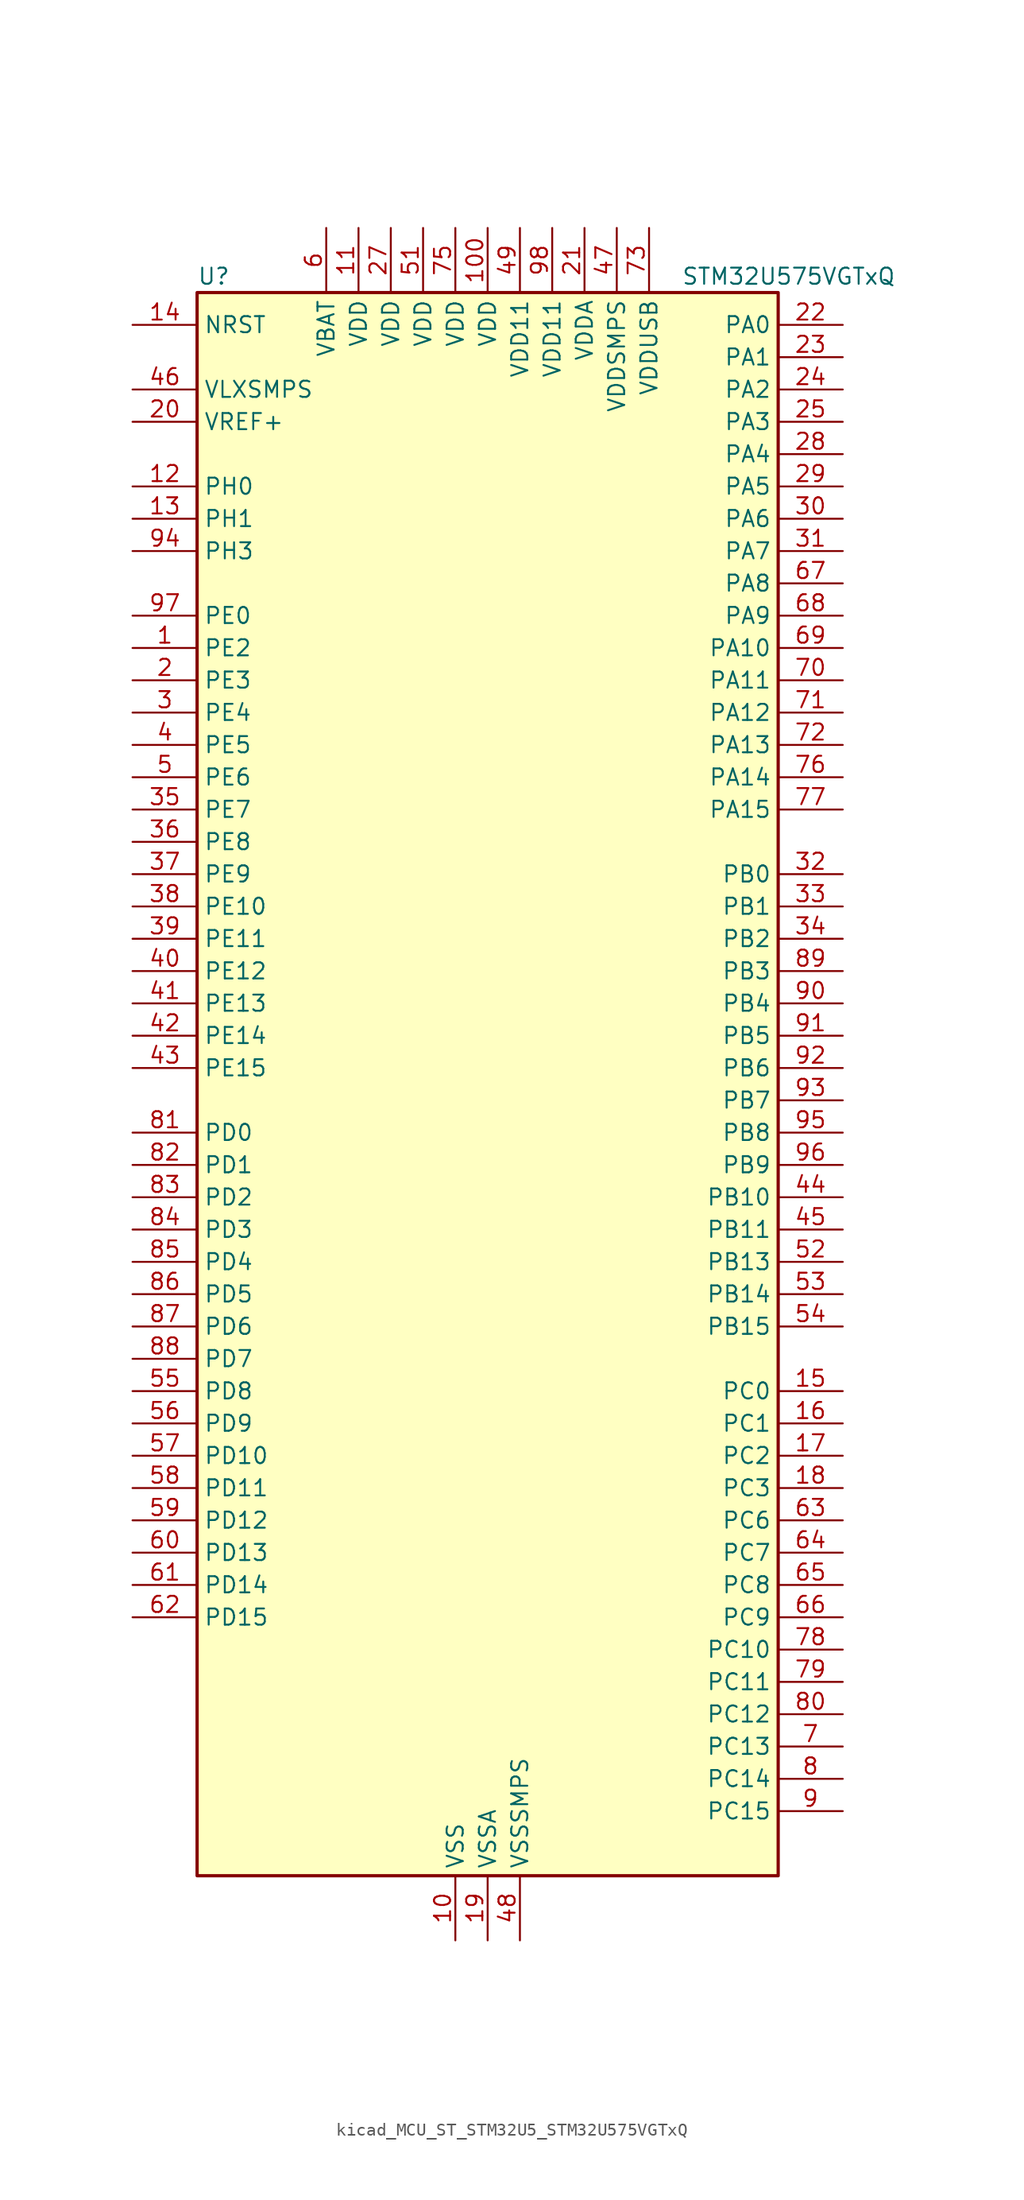
<source format=kicad_sym>
(kicad_symbol_lib
  (version 20220914)
  (generator kicad_symbol_editor)
  (symbol "kicad_MCU_ST_STM32U5_STM32U575VGTxQ"
    (property "Reference" "U"
      (at -22.86 64.77 0)
      (effects (font (size 1.27 1.27)) (justify left)))
    (property "Value" "STM32U575VGTxQ"
      (at 15.24 64.77 0)
      (effects (font (size 1.27 1.27)) (justify left)))
    (property "ki_locked" ""
      (at 0 0 0)
      (effects (font (size 1.27 1.27))))
    (symbol "kicad_MCU_ST_STM32U5_STM32U575VGTxQ_0_1"
      (rectangle (start -22.86 -60.96) (end 22.86 63.5) (stroke (width 0.254) (type default)) (fill (type background))))
    (symbol "kicad_MCU_ST_STM32U5_STM32U575VGTxQ_1_1"
      (pin bidirectional line (at -27.94 35.56 0) (length 5.08) (name "PE2" (effects (font (size 1.27 1.27)))) (number "1" (effects (font (size 1.27 1.27)))) (alternate "DEBUG_TRACECLK" bidirectional line) (alternate "FMC_A23" bidirectional line) (alternate "SAI1_CK1" bidirectional line) (alternate "SAI1_MCLK_A" bidirectional line) (alternate "TIM3_ETR" bidirectional line) (alternate "TSC_G7_IO1" bidirectional line))
      (pin power_in line (at -2.54 -66.04 90) (length 5.08) (name "VSS" (effects (font (size 1.27 1.27)))) (number "10" (effects (font (size 1.27 1.27)))))
      (pin power_in line (at 0 68.58 270) (length 5.08) (name "VDD" (effects (font (size 1.27 1.27)))) (number "100" (effects (font (size 1.27 1.27)))))
      (pin power_in line (at -10.16 68.58 270) (length 5.08) (name "VDD" (effects (font (size 1.27 1.27)))) (number "11" (effects (font (size 1.27 1.27)))))
      (pin bidirectional line (at -27.94 48.26 0) (length 5.08) (name "PH0" (effects (font (size 1.27 1.27)))) (number "12" (effects (font (size 1.27 1.27)))) (alternate "RCC_OSC_IN" bidirectional line))
      (pin bidirectional line (at -27.94 45.72 0) (length 5.08) (name "PH1" (effects (font (size 1.27 1.27)))) (number "13" (effects (font (size 1.27 1.27)))) (alternate "RCC_OSC_OUT" bidirectional line))
      (pin input line (at -27.94 60.96 0) (length 5.08) (name "NRST" (effects (font (size 1.27 1.27)))) (number "14" (effects (font (size 1.27 1.27)))))
      (pin bidirectional line (at 27.94 -22.86 180) (length 5.08) (name "PC0" (effects (font (size 1.27 1.27)))) (number "15" (effects (font (size 1.27 1.27)))) (alternate "ADC1_IN1" bidirectional line) (alternate "ADC4_IN1" bidirectional line) (alternate "I2C3_SCL" bidirectional line) (alternate "LPTIM1_IN1" bidirectional line) (alternate "LPTIM2_IN1" bidirectional line) (alternate "LPUART1_RX" bidirectional line) (alternate "MDF1_SDI4" bidirectional line) (alternate "OCTOSPIM_P1_IO7" bidirectional line) (alternate "SAI2_FS_A" bidirectional line) (alternate "SDMMC1_D5" bidirectional line) (alternate "SPI2_RDY" bidirectional line))
      (pin bidirectional line (at 27.94 -25.4 180) (length 5.08) (name "PC1" (effects (font (size 1.27 1.27)))) (number "16" (effects (font (size 1.27 1.27)))) (alternate "ADC1_IN2" bidirectional line) (alternate "ADC4_IN2" bidirectional line) (alternate "DEBUG_TRACED0" bidirectional line) (alternate "I2C3_SDA" bidirectional line) (alternate "LPTIM1_CH1" bidirectional line) (alternate "LPUART1_TX" bidirectional line) (alternate "MDF1_CKI4" bidirectional line) (alternate "OCTOSPIM_P1_IO4" bidirectional line) (alternate "SAI1_SD_A" bidirectional line) (alternate "SDMMC2_CK" bidirectional line) (alternate "SPI2_MOSI" bidirectional line))
      (pin bidirectional line (at 27.94 -27.94 180) (length 5.08) (name "PC2" (effects (font (size 1.27 1.27)))) (number "17" (effects (font (size 1.27 1.27)))) (alternate "ADC1_IN3" bidirectional line) (alternate "ADC4_IN3" bidirectional line) (alternate "LPTIM1_IN2" bidirectional line) (alternate "MDF1_CCK1" bidirectional line) (alternate "OCTOSPIM_P1_IO5" bidirectional line) (alternate "SPI2_MISO" bidirectional line))
      (pin bidirectional line (at 27.94 -30.48 180) (length 5.08) (name "PC3" (effects (font (size 1.27 1.27)))) (number "18" (effects (font (size 1.27 1.27)))) (alternate "ADC1_IN4" bidirectional line) (alternate "ADC4_IN4" bidirectional line) (alternate "LPTIM1_ETR" bidirectional line) (alternate "LPTIM2_ETR" bidirectional line) (alternate "LPTIM3_CH1" bidirectional line) (alternate "OCTOSPIM_P1_IO6" bidirectional line) (alternate "SAI1_D1" bidirectional line) (alternate "SAI1_SD_A" bidirectional line) (alternate "SPI2_MOSI" bidirectional line))
      (pin power_in line (at 0 -66.04 90) (length 5.08) (name "VSSA" (effects (font (size 1.27 1.27)))) (number "19" (effects (font (size 1.27 1.27)))))
      (pin bidirectional line (at -27.94 33.02 0) (length 5.08) (name "PE3" (effects (font (size 1.27 1.27)))) (number "2" (effects (font (size 1.27 1.27)))) (alternate "DEBUG_TRACED0" bidirectional line) (alternate "FMC_A19" bidirectional line) (alternate "OCTOSPIM_P1_DQS" bidirectional line) (alternate "SAI1_SD_B" bidirectional line) (alternate "TAMP_IN6" bidirectional line) (alternate "TAMP_OUT3" bidirectional line) (alternate "TIM3_CH1" bidirectional line) (alternate "TSC_G7_IO2" bidirectional line))
      (pin input line (at -27.94 53.34 0) (length 5.08) (name "VREF+" (effects (font (size 1.27 1.27)))) (number "20" (effects (font (size 1.27 1.27)))) (alternate "VREFBUF_OUT" bidirectional line))
      (pin power_in line (at 7.62 68.58 270) (length 5.08) (name "VDDA" (effects (font (size 1.27 1.27)))) (number "21" (effects (font (size 1.27 1.27)))))
      (pin bidirectional line (at 27.94 60.96 180) (length 5.08) (name "PA0" (effects (font (size 1.27 1.27)))) (number "22" (effects (font (size 1.27 1.27)))) (alternate "ADC1_IN5" bidirectional line) (alternate "AUDIOCLK" bidirectional line) (alternate "OCTOSPIM_P2_NCS" bidirectional line) (alternate "OPAMP1_VINP" bidirectional line) (alternate "PWR_WKUP1" bidirectional line) (alternate "SDMMC2_CMD" bidirectional line) (alternate "SPI3_RDY" bidirectional line) (alternate "TAMP_IN2" bidirectional line) (alternate "TAMP_OUT1" bidirectional line) (alternate "TIM2_CH1" bidirectional line) (alternate "TIM2_ETR" bidirectional line) (alternate "TIM5_CH1" bidirectional line) (alternate "TIM8_ETR" bidirectional line) (alternate "UART4_TX" bidirectional line) (alternate "USART2_CTS" bidirectional line))
      (pin bidirectional line (at 27.94 58.42 180) (length 5.08) (name "PA1" (effects (font (size 1.27 1.27)))) (number "23" (effects (font (size 1.27 1.27)))) (alternate "ADC1_IN6" bidirectional line) (alternate "I2C1_SMBA" bidirectional line) (alternate "LPTIM1_CH2" bidirectional line) (alternate "OCTOSPIM_P1_DQS" bidirectional line) (alternate "OPAMP1_VINM" bidirectional line) (alternate "PWR_WKUP3" bidirectional line) (alternate "SPI1_SCK" bidirectional line) (alternate "TAMP_IN5" bidirectional line) (alternate "TAMP_OUT4" bidirectional line) (alternate "TIM15_CH1N" bidirectional line) (alternate "TIM2_CH2" bidirectional line) (alternate "TIM5_CH2" bidirectional line) (alternate "UART4_RX" bidirectional line) (alternate "USART2_DE" bidirectional line) (alternate "USART2_RTS" bidirectional line))
      (pin bidirectional line (at 27.94 55.88 180) (length 5.08) (name "PA2" (effects (font (size 1.27 1.27)))) (number "24" (effects (font (size 1.27 1.27)))) (alternate "ADC1_IN7" bidirectional line) (alternate "COMP1_INP" bidirectional line) (alternate "LPUART1_TX" bidirectional line) (alternate "OCTOSPIM_P1_NCS" bidirectional line) (alternate "PWR_WKUP4" bidirectional line) (alternate "RCC_LSCO" bidirectional line) (alternate "SPI1_RDY" bidirectional line) (alternate "TIM15_CH1" bidirectional line) (alternate "TIM2_CH3" bidirectional line) (alternate "TIM5_CH3" bidirectional line) (alternate "UCPD1_FRSTX1" bidirectional line) (alternate "USART2_TX" bidirectional line))
      (pin bidirectional line (at 27.94 53.34 180) (length 5.08) (name "PA3" (effects (font (size 1.27 1.27)))) (number "25" (effects (font (size 1.27 1.27)))) (alternate "ADC1_IN8" bidirectional line) (alternate "LPUART1_RX" bidirectional line) (alternate "OCTOSPIM_P1_CLK" bidirectional line) (alternate "OPAMP1_VOUT" bidirectional line) (alternate "PWR_WKUP5" bidirectional line) (alternate "SAI1_CK1" bidirectional line) (alternate "SAI1_MCLK_A" bidirectional line) (alternate "TIM15_CH2" bidirectional line) (alternate "TIM2_CH4" bidirectional line) (alternate "TIM5_CH4" bidirectional line) (alternate "USART2_RX" bidirectional line))
      (pin passive line (at -2.54 -66.04 90) (length 5.08) hide (name "VSS" (effects (font (size 1.27 1.27)))) (number "26" (effects (font (size 1.27 1.27)))))
      (pin power_in line (at -7.62 68.58 270) (length 5.08) (name "VDD" (effects (font (size 1.27 1.27)))) (number "27" (effects (font (size 1.27 1.27)))))
      (pin bidirectional line (at 27.94 50.8 180) (length 5.08) (name "PA4" (effects (font (size 1.27 1.27)))) (number "28" (effects (font (size 1.27 1.27)))) (alternate "ADC1_IN9" bidirectional line) (alternate "ADC4_IN9" bidirectional line) (alternate "DAC1_OUT1" bidirectional line) (alternate "DCMI_HSYNC" bidirectional line) (alternate "LPTIM2_CH1" bidirectional line) (alternate "OCTOSPIM_P1_NCS" bidirectional line) (alternate "PSSI_DE" bidirectional line) (alternate "PWR_WKUP2" bidirectional line) (alternate "SAI1_FS_B" bidirectional line) (alternate "SPI1_NSS" bidirectional line) (alternate "SPI3_NSS" bidirectional line) (alternate "USART2_CK" bidirectional line))
      (pin bidirectional line (at 27.94 48.26 180) (length 5.08) (name "PA5" (effects (font (size 1.27 1.27)))) (number "29" (effects (font (size 1.27 1.27)))) (alternate "ADC1_IN10" bidirectional line) (alternate "ADC4_IN10" bidirectional line) (alternate "DAC1_OUT2" bidirectional line) (alternate "LPTIM2_ETR" bidirectional line) (alternate "PSSI_D14" bidirectional line) (alternate "PWR_CSLEEP" bidirectional line) (alternate "PWR_WKUP6" bidirectional line) (alternate "SPI1_SCK" bidirectional line) (alternate "TIM2_CH1" bidirectional line) (alternate "TIM2_ETR" bidirectional line) (alternate "TIM8_CH1N" bidirectional line) (alternate "USART3_RX" bidirectional line))
      (pin bidirectional line (at -27.94 30.48 0) (length 5.08) (name "PE4" (effects (font (size 1.27 1.27)))) (number "3" (effects (font (size 1.27 1.27)))) (alternate "DCMI_D4" bidirectional line) (alternate "DEBUG_TRACED1" bidirectional line) (alternate "FMC_A20" bidirectional line) (alternate "MDF1_SDI3" bidirectional line) (alternate "PSSI_D4" bidirectional line) (alternate "PWR_WKUP1" bidirectional line) (alternate "SAI1_D2" bidirectional line) (alternate "SAI1_FS_A" bidirectional line) (alternate "TAMP_IN7" bidirectional line) (alternate "TAMP_OUT8" bidirectional line) (alternate "TIM3_CH2" bidirectional line) (alternate "TSC_G7_IO3" bidirectional line))
      (pin bidirectional line (at 27.94 45.72 180) (length 5.08) (name "PA6" (effects (font (size 1.27 1.27)))) (number "30" (effects (font (size 1.27 1.27)))) (alternate "ADC1_IN11" bidirectional line) (alternate "ADC4_IN11" bidirectional line) (alternate "DCMI_PIXCLK" bidirectional line) (alternate "LPUART1_CTS" bidirectional line) (alternate "OCTOSPIM_P1_IO3" bidirectional line) (alternate "OPAMP2_VINP" bidirectional line) (alternate "PSSI_PDCK" bidirectional line) (alternate "PWR_CDSTOP" bidirectional line) (alternate "PWR_WKUP7" bidirectional line) (alternate "SPI1_MISO" bidirectional line) (alternate "TIM16_CH1" bidirectional line) (alternate "TIM1_BKIN" bidirectional line) (alternate "TIM3_CH1" bidirectional line) (alternate "TIM8_BKIN" bidirectional line) (alternate "USART3_CTS" bidirectional line))
      (pin bidirectional line (at 27.94 43.18 180) (length 5.08) (name "PA7" (effects (font (size 1.27 1.27)))) (number "31" (effects (font (size 1.27 1.27)))) (alternate "ADC1_IN12" bidirectional line) (alternate "ADC4_IN20" bidirectional line) (alternate "I2C3_SCL" bidirectional line) (alternate "LPTIM2_CH2" bidirectional line) (alternate "OCTOSPIM_P1_IO2" bidirectional line) (alternate "OPAMP2_VINM" bidirectional line) (alternate "PWR_SRDSTOP" bidirectional line) (alternate "PWR_WKUP8" bidirectional line) (alternate "SPI1_MOSI" bidirectional line) (alternate "TIM17_CH1" bidirectional line) (alternate "TIM1_CH1N" bidirectional line) (alternate "TIM3_CH2" bidirectional line) (alternate "TIM8_CH1N" bidirectional line) (alternate "USART3_TX" bidirectional line))
      (pin bidirectional line (at 27.94 17.78 180) (length 5.08) (name "PB0" (effects (font (size 1.27 1.27)))) (number "32" (effects (font (size 1.27 1.27)))) (alternate "ADC1_IN15" bidirectional line) (alternate "ADC4_IN18" bidirectional line) (alternate "AUDIOCLK" bidirectional line) (alternate "COMP1_OUT" bidirectional line) (alternate "LPTIM3_CH1" bidirectional line) (alternate "OCTOSPIM_P1_IO1" bidirectional line) (alternate "OPAMP2_VOUT" bidirectional line) (alternate "SPI1_NSS" bidirectional line) (alternate "TIM1_CH2N" bidirectional line) (alternate "TIM3_CH3" bidirectional line) (alternate "TIM8_CH2N" bidirectional line) (alternate "USART3_CK" bidirectional line))
      (pin bidirectional line (at 27.94 15.24 180) (length 5.08) (name "PB1" (effects (font (size 1.27 1.27)))) (number "33" (effects (font (size 1.27 1.27)))) (alternate "ADC1_IN16" bidirectional line) (alternate "ADC4_IN19" bidirectional line) (alternate "COMP1_INM" bidirectional line) (alternate "LPTIM2_IN1" bidirectional line) (alternate "LPTIM3_CH2" bidirectional line) (alternate "LPUART1_DE" bidirectional line) (alternate "LPUART1_RTS" bidirectional line) (alternate "MDF1_SDI0" bidirectional line) (alternate "OCTOSPIM_P1_IO0" bidirectional line) (alternate "PWR_WKUP4" bidirectional line) (alternate "TIM1_CH3N" bidirectional line) (alternate "TIM3_CH4" bidirectional line) (alternate "TIM8_CH3N" bidirectional line) (alternate "USART3_DE" bidirectional line) (alternate "USART3_RTS" bidirectional line))
      (pin bidirectional line (at 27.94 12.7 180) (length 5.08) (name "PB2" (effects (font (size 1.27 1.27)))) (number "34" (effects (font (size 1.27 1.27)))) (alternate "ADC1_IN17" bidirectional line) (alternate "COMP1_INP" bidirectional line) (alternate "I2C3_SMBA" bidirectional line) (alternate "LPTIM1_CH1" bidirectional line) (alternate "MDF1_CKI0" bidirectional line) (alternate "OCTOSPIM_P1_DQS" bidirectional line) (alternate "PWR_WKUP1" bidirectional line) (alternate "RTC_OUT2" bidirectional line) (alternate "SPI1_RDY" bidirectional line) (alternate "TIM8_CH4N" bidirectional line) (alternate "UCPD1_FRSTX1" bidirectional line))
      (pin bidirectional line (at -27.94 22.86 0) (length 5.08) (name "PE7" (effects (font (size 1.27 1.27)))) (number "35" (effects (font (size 1.27 1.27)))) (alternate "FMC_D4" bidirectional line) (alternate "FMC_DA4" bidirectional line) (alternate "MDF1_SDI2" bidirectional line) (alternate "PWR_WKUP6" bidirectional line) (alternate "SAI1_SD_B" bidirectional line) (alternate "TIM1_ETR" bidirectional line))
      (pin bidirectional line (at -27.94 20.32 0) (length 5.08) (name "PE8" (effects (font (size 1.27 1.27)))) (number "36" (effects (font (size 1.27 1.27)))) (alternate "FMC_D5" bidirectional line) (alternate "FMC_DA5" bidirectional line) (alternate "MDF1_CKI2" bidirectional line) (alternate "PWR_WKUP7" bidirectional line) (alternate "SAI1_SCK_B" bidirectional line) (alternate "TIM1_CH1N" bidirectional line))
      (pin bidirectional line (at -27.94 17.78 0) (length 5.08) (name "PE9" (effects (font (size 1.27 1.27)))) (number "37" (effects (font (size 1.27 1.27)))) (alternate "ADF1_CCK0" bidirectional line) (alternate "DAC1_EXTI9" bidirectional line) (alternate "FMC_D6" bidirectional line) (alternate "FMC_DA6" bidirectional line) (alternate "MDF1_CCK0" bidirectional line) (alternate "OCTOSPIM_P1_NCLK" bidirectional line) (alternate "SAI1_FS_B" bidirectional line) (alternate "TIM1_CH1" bidirectional line))
      (pin bidirectional line (at -27.94 15.24 0) (length 5.08) (name "PE10" (effects (font (size 1.27 1.27)))) (number "38" (effects (font (size 1.27 1.27)))) (alternate "ADF1_SDI0" bidirectional line) (alternate "FMC_D7" bidirectional line) (alternate "FMC_DA7" bidirectional line) (alternate "MDF1_SDI4" bidirectional line) (alternate "OCTOSPIM_P1_CLK" bidirectional line) (alternate "SAI1_MCLK_B" bidirectional line) (alternate "TIM1_CH2N" bidirectional line) (alternate "TSC_G5_IO1" bidirectional line))
      (pin bidirectional line (at -27.94 12.7 0) (length 5.08) (name "PE11" (effects (font (size 1.27 1.27)))) (number "39" (effects (font (size 1.27 1.27)))) (alternate "ADC1_EXTI11" bidirectional line) (alternate "FMC_D8" bidirectional line) (alternate "FMC_DA8" bidirectional line) (alternate "MDF1_CKI4" bidirectional line) (alternate "OCTOSPIM_P1_NCS" bidirectional line) (alternate "SPI1_RDY" bidirectional line) (alternate "TIM1_CH2" bidirectional line) (alternate "TSC_G5_IO2" bidirectional line))
      (pin bidirectional line (at -27.94 27.94 0) (length 5.08) (name "PE5" (effects (font (size 1.27 1.27)))) (number "4" (effects (font (size 1.27 1.27)))) (alternate "DCMI_D6" bidirectional line) (alternate "DEBUG_TRACED2" bidirectional line) (alternate "FMC_A21" bidirectional line) (alternate "MDF1_CKI3" bidirectional line) (alternate "PSSI_D6" bidirectional line) (alternate "PWR_WKUP2" bidirectional line) (alternate "SAI1_CK2" bidirectional line) (alternate "SAI1_SCK_A" bidirectional line) (alternate "TAMP_IN8" bidirectional line) (alternate "TAMP_OUT7" bidirectional line) (alternate "TIM3_CH3" bidirectional line) (alternate "TSC_G7_IO4" bidirectional line))
      (pin bidirectional line (at -27.94 10.16 0) (length 5.08) (name "PE12" (effects (font (size 1.27 1.27)))) (number "40" (effects (font (size 1.27 1.27)))) (alternate "FMC_D9" bidirectional line) (alternate "FMC_DA9" bidirectional line) (alternate "MDF1_SDI5" bidirectional line) (alternate "OCTOSPIM_P1_IO0" bidirectional line) (alternate "SPI1_NSS" bidirectional line) (alternate "TIM1_CH3N" bidirectional line) (alternate "TSC_G5_IO3" bidirectional line))
      (pin bidirectional line (at -27.94 7.62 0) (length 5.08) (name "PE13" (effects (font (size 1.27 1.27)))) (number "41" (effects (font (size 1.27 1.27)))) (alternate "FMC_D10" bidirectional line) (alternate "FMC_DA10" bidirectional line) (alternate "MDF1_CKI5" bidirectional line) (alternate "OCTOSPIM_P1_IO1" bidirectional line) (alternate "SPI1_SCK" bidirectional line) (alternate "TIM1_CH3" bidirectional line) (alternate "TSC_G5_IO4" bidirectional line))
      (pin bidirectional line (at -27.94 5.08 0) (length 5.08) (name "PE14" (effects (font (size 1.27 1.27)))) (number "42" (effects (font (size 1.27 1.27)))) (alternate "FMC_D11" bidirectional line) (alternate "FMC_DA11" bidirectional line) (alternate "OCTOSPIM_P1_IO2" bidirectional line) (alternate "SPI1_MISO" bidirectional line) (alternate "TIM1_BKIN2" bidirectional line) (alternate "TIM1_CH4" bidirectional line))
      (pin bidirectional line (at -27.94 2.54 0) (length 5.08) (name "PE15" (effects (font (size 1.27 1.27)))) (number "43" (effects (font (size 1.27 1.27)))) (alternate "ADC1_EXTI15" bidirectional line) (alternate "ADC4_EXTI15" bidirectional line) (alternate "FMC_D12" bidirectional line) (alternate "FMC_DA12" bidirectional line) (alternate "OCTOSPIM_P1_IO3" bidirectional line) (alternate "SPI1_MOSI" bidirectional line) (alternate "TIM1_BKIN" bidirectional line) (alternate "TIM1_CH4N" bidirectional line))
      (pin bidirectional line (at 27.94 -7.62 180) (length 5.08) (name "PB10" (effects (font (size 1.27 1.27)))) (number "44" (effects (font (size 1.27 1.27)))) (alternate "COMP1_OUT" bidirectional line) (alternate "I2C2_SCL" bidirectional line) (alternate "I2C4_SCL" bidirectional line) (alternate "LPTIM3_CH1" bidirectional line) (alternate "LPUART1_RX" bidirectional line) (alternate "OCTOSPIM_P1_CLK" bidirectional line) (alternate "PWR_WKUP8" bidirectional line) (alternate "SAI1_SCK_A" bidirectional line) (alternate "SPI2_SCK" bidirectional line) (alternate "TIM2_CH3" bidirectional line) (alternate "TSC_SYNC" bidirectional line) (alternate "USART3_TX" bidirectional line))
      (pin bidirectional line (at 27.94 -10.16 180) (length 5.08) (name "PB11" (effects (font (size 1.27 1.27)))) (number "45" (effects (font (size 1.27 1.27)))) (alternate "ADC1_EXTI11" bidirectional line) (alternate "COMP2_OUT" bidirectional line) (alternate "I2C2_SDA" bidirectional line) (alternate "I2C4_SDA" bidirectional line) (alternate "LPUART1_TX" bidirectional line) (alternate "OCTOSPIM_P1_NCS" bidirectional line) (alternate "SPI2_RDY" bidirectional line) (alternate "TIM2_CH4" bidirectional line) (alternate "USART3_RX" bidirectional line))
      (pin power_in line (at -27.94 55.88 0) (length 5.08) (name "VLXSMPS" (effects (font (size 1.27 1.27)))) (number "46" (effects (font (size 1.27 1.27)))))
      (pin power_in line (at 10.16 68.58 270) (length 5.08) (name "VDDSMPS" (effects (font (size 1.27 1.27)))) (number "47" (effects (font (size 1.27 1.27)))))
      (pin power_in line (at 2.54 -66.04 90) (length 5.08) (name "VSSSMPS" (effects (font (size 1.27 1.27)))) (number "48" (effects (font (size 1.27 1.27)))))
      (pin power_in line (at 2.54 68.58 270) (length 5.08) (name "VDD11" (effects (font (size 1.27 1.27)))) (number "49" (effects (font (size 1.27 1.27)))))
      (pin bidirectional line (at -27.94 25.4 0) (length 5.08) (name "PE6" (effects (font (size 1.27 1.27)))) (number "5" (effects (font (size 1.27 1.27)))) (alternate "DCMI_D7" bidirectional line) (alternate "DEBUG_TRACED3" bidirectional line) (alternate "FMC_A22" bidirectional line) (alternate "PSSI_D7" bidirectional line) (alternate "PWR_WKUP3" bidirectional line) (alternate "SAI1_D1" bidirectional line) (alternate "SAI1_SD_A" bidirectional line) (alternate "TAMP_IN3" bidirectional line) (alternate "TAMP_OUT6" bidirectional line) (alternate "TIM3_CH4" bidirectional line))
      (pin passive line (at -2.54 -66.04 90) (length 5.08) hide (name "VSS" (effects (font (size 1.27 1.27)))) (number "50" (effects (font (size 1.27 1.27)))))
      (pin power_in line (at -5.08 68.58 270) (length 5.08) (name "VDD" (effects (font (size 1.27 1.27)))) (number "51" (effects (font (size 1.27 1.27)))))
      (pin bidirectional line (at 27.94 -12.7 180) (length 5.08) (name "PB13" (effects (font (size 1.27 1.27)))) (number "52" (effects (font (size 1.27 1.27)))) (alternate "I2C2_SCL" bidirectional line) (alternate "LPTIM3_IN1" bidirectional line) (alternate "LPUART1_CTS" bidirectional line) (alternate "MDF1_CKI1" bidirectional line) (alternate "SAI2_SCK_A" bidirectional line) (alternate "SPI2_SCK" bidirectional line) (alternate "TIM15_CH1N" bidirectional line) (alternate "TIM1_CH1N" bidirectional line) (alternate "TSC_G1_IO2" bidirectional line) (alternate "USART3_CTS" bidirectional line))
      (pin bidirectional line (at 27.94 -15.24 180) (length 5.08) (name "PB14" (effects (font (size 1.27 1.27)))) (number "53" (effects (font (size 1.27 1.27)))) (alternate "I2C2_SDA" bidirectional line) (alternate "LPTIM3_ETR" bidirectional line) (alternate "MDF1_SDI2" bidirectional line) (alternate "SAI2_MCLK_A" bidirectional line) (alternate "SDMMC2_D0" bidirectional line) (alternate "SPI2_MISO" bidirectional line) (alternate "TIM15_CH1" bidirectional line) (alternate "TIM1_CH2N" bidirectional line) (alternate "TIM8_CH2N" bidirectional line) (alternate "TSC_G1_IO3" bidirectional line) (alternate "UCPD1_DBCC2" bidirectional line) (alternate "USART3_DE" bidirectional line) (alternate "USART3_RTS" bidirectional line))
      (pin bidirectional line (at 27.94 -17.78 180) (length 5.08) (name "PB15" (effects (font (size 1.27 1.27)))) (number "54" (effects (font (size 1.27 1.27)))) (alternate "ADC1_EXTI15" bidirectional line) (alternate "ADC4_EXTI15" bidirectional line) (alternate "FMC_NBL1" bidirectional line) (alternate "LPTIM2_IN2" bidirectional line) (alternate "MDF1_CKI2" bidirectional line) (alternate "PWR_WKUP7" bidirectional line) (alternate "RTC_REFIN" bidirectional line) (alternate "SAI2_SD_A" bidirectional line) (alternate "SDMMC2_D1" bidirectional line) (alternate "SPI2_MOSI" bidirectional line) (alternate "TIM15_CH2" bidirectional line) (alternate "TIM1_CH3N" bidirectional line) (alternate "TIM8_CH3N" bidirectional line) (alternate "UCPD1_CC2" bidirectional line))
      (pin bidirectional line (at -27.94 -22.86 0) (length 5.08) (name "PD8" (effects (font (size 1.27 1.27)))) (number "55" (effects (font (size 1.27 1.27)))) (alternate "DCMI_HSYNC" bidirectional line) (alternate "FMC_D13" bidirectional line) (alternate "FMC_DA13" bidirectional line) (alternate "PSSI_DE" bidirectional line) (alternate "USART3_TX" bidirectional line))
      (pin bidirectional line (at -27.94 -25.4 0) (length 5.08) (name "PD9" (effects (font (size 1.27 1.27)))) (number "56" (effects (font (size 1.27 1.27)))) (alternate "DAC1_EXTI9" bidirectional line) (alternate "DCMI_PIXCLK" bidirectional line) (alternate "FMC_D14" bidirectional line) (alternate "FMC_DA14" bidirectional line) (alternate "LPTIM2_IN2" bidirectional line) (alternate "LPTIM3_IN1" bidirectional line) (alternate "PSSI_PDCK" bidirectional line) (alternate "SAI2_MCLK_A" bidirectional line) (alternate "USART3_RX" bidirectional line))
      (pin bidirectional line (at -27.94 -27.94 0) (length 5.08) (name "PD10" (effects (font (size 1.27 1.27)))) (number "57" (effects (font (size 1.27 1.27)))) (alternate "FMC_D15" bidirectional line) (alternate "FMC_DA15" bidirectional line) (alternate "LPTIM2_CH2" bidirectional line) (alternate "LPTIM3_ETR" bidirectional line) (alternate "SAI2_SCK_A" bidirectional line) (alternate "TSC_G6_IO1" bidirectional line) (alternate "USART3_CK" bidirectional line))
      (pin bidirectional line (at -27.94 -30.48 0) (length 5.08) (name "PD11" (effects (font (size 1.27 1.27)))) (number "58" (effects (font (size 1.27 1.27)))) (alternate "ADC1_EXTI11" bidirectional line) (alternate "ADC4_IN15" bidirectional line) (alternate "FMC_A16" bidirectional line) (alternate "FMC_CLE" bidirectional line) (alternate "I2C4_SMBA" bidirectional line) (alternate "LPTIM2_ETR" bidirectional line) (alternate "SAI2_SD_A" bidirectional line) (alternate "TSC_G6_IO2" bidirectional line) (alternate "USART3_CTS" bidirectional line))
      (pin bidirectional line (at -27.94 -33.02 0) (length 5.08) (name "PD12" (effects (font (size 1.27 1.27)))) (number "59" (effects (font (size 1.27 1.27)))) (alternate "ADC4_IN16" bidirectional line) (alternate "FMC_A17" bidirectional line) (alternate "FMC_ALE" bidirectional line) (alternate "I2C4_SCL" bidirectional line) (alternate "LPTIM2_IN1" bidirectional line) (alternate "SAI2_FS_A" bidirectional line) (alternate "TIM4_CH1" bidirectional line) (alternate "TSC_G6_IO3" bidirectional line) (alternate "USART3_DE" bidirectional line) (alternate "USART3_RTS" bidirectional line))
      (pin power_in line (at -12.7 68.58 270) (length 5.08) (name "VBAT" (effects (font (size 1.27 1.27)))) (number "6" (effects (font (size 1.27 1.27)))))
      (pin bidirectional line (at -27.94 -35.56 0) (length 5.08) (name "PD13" (effects (font (size 1.27 1.27)))) (number "60" (effects (font (size 1.27 1.27)))) (alternate "ADC4_IN17" bidirectional line) (alternate "FMC_A18" bidirectional line) (alternate "I2C4_SDA" bidirectional line) (alternate "LPTIM2_CH1" bidirectional line) (alternate "LPTIM4_IN1" bidirectional line) (alternate "TIM4_CH2" bidirectional line) (alternate "TSC_G6_IO4" bidirectional line))
      (pin bidirectional line (at -27.94 -38.1 0) (length 5.08) (name "PD14" (effects (font (size 1.27 1.27)))) (number "61" (effects (font (size 1.27 1.27)))) (alternate "FMC_D0" bidirectional line) (alternate "FMC_DA0" bidirectional line) (alternate "LPTIM3_CH1" bidirectional line) (alternate "TIM4_CH3" bidirectional line))
      (pin bidirectional line (at -27.94 -40.64 0) (length 5.08) (name "PD15" (effects (font (size 1.27 1.27)))) (number "62" (effects (font (size 1.27 1.27)))) (alternate "ADC1_EXTI15" bidirectional line) (alternate "ADC4_EXTI15" bidirectional line) (alternate "FMC_D1" bidirectional line) (alternate "FMC_DA1" bidirectional line) (alternate "LPTIM3_CH2" bidirectional line) (alternate "TIM4_CH4" bidirectional line))
      (pin bidirectional line (at 27.94 -33.02 180) (length 5.08) (name "PC6" (effects (font (size 1.27 1.27)))) (number "63" (effects (font (size 1.27 1.27)))) (alternate "DCMI_D0" bidirectional line) (alternate "MDF1_CKI3" bidirectional line) (alternate "PSSI_D0" bidirectional line) (alternate "PWR_CSLEEP" bidirectional line) (alternate "SAI2_MCLK_A" bidirectional line) (alternate "SDMMC1_D0DIR" bidirectional line) (alternate "SDMMC1_D6" bidirectional line) (alternate "SDMMC2_D6" bidirectional line) (alternate "TIM3_CH1" bidirectional line) (alternate "TIM8_CH1" bidirectional line) (alternate "TSC_G4_IO1" bidirectional line))
      (pin bidirectional line (at 27.94 -35.56 180) (length 5.08) (name "PC7" (effects (font (size 1.27 1.27)))) (number "64" (effects (font (size 1.27 1.27)))) (alternate "DCMI_D1" bidirectional line) (alternate "LPTIM2_CH2" bidirectional line) (alternate "MDF1_SDI3" bidirectional line) (alternate "PSSI_D1" bidirectional line) (alternate "PWR_CDSTOP" bidirectional line) (alternate "SAI2_MCLK_B" bidirectional line) (alternate "SDMMC1_D123DIR" bidirectional line) (alternate "SDMMC1_D7" bidirectional line) (alternate "SDMMC2_D7" bidirectional line) (alternate "TIM3_CH2" bidirectional line) (alternate "TIM8_CH2" bidirectional line) (alternate "TSC_G4_IO2" bidirectional line))
      (pin bidirectional line (at 27.94 -38.1 180) (length 5.08) (name "PC8" (effects (font (size 1.27 1.27)))) (number "65" (effects (font (size 1.27 1.27)))) (alternate "DCMI_D2" bidirectional line) (alternate "LPTIM3_CH1" bidirectional line) (alternate "PSSI_D2" bidirectional line) (alternate "PWR_SRDSTOP" bidirectional line) (alternate "SDMMC1_D0" bidirectional line) (alternate "TIM3_CH3" bidirectional line) (alternate "TIM8_CH3" bidirectional line) (alternate "TSC_G4_IO3" bidirectional line))
      (pin bidirectional line (at 27.94 -40.64 180) (length 5.08) (name "PC9" (effects (font (size 1.27 1.27)))) (number "66" (effects (font (size 1.27 1.27)))) (alternate "DAC1_EXTI9" bidirectional line) (alternate "DCMI_D3" bidirectional line) (alternate "DEBUG_TRACED0" bidirectional line) (alternate "LPTIM3_CH2" bidirectional line) (alternate "PSSI_D3" bidirectional line) (alternate "SDMMC1_D1" bidirectional line) (alternate "TIM3_CH4" bidirectional line) (alternate "TIM8_BKIN2" bidirectional line) (alternate "TIM8_CH4" bidirectional line) (alternate "TSC_G4_IO4" bidirectional line) (alternate "USB_OTG_FS_NOE" bidirectional line))
      (pin bidirectional line (at 27.94 40.64 180) (length 5.08) (name "PA8" (effects (font (size 1.27 1.27)))) (number "67" (effects (font (size 1.27 1.27)))) (alternate "DEBUG_TRACECLK" bidirectional line) (alternate "LPTIM2_CH1" bidirectional line) (alternate "RCC_MCO" bidirectional line) (alternate "SAI1_CK2" bidirectional line) (alternate "SAI1_SCK_A" bidirectional line) (alternate "SPI1_RDY" bidirectional line) (alternate "TIM1_CH1" bidirectional line) (alternate "USART1_CK" bidirectional line) (alternate "USB_OTG_FS_SOF" bidirectional line))
      (pin bidirectional line (at 27.94 38.1 180) (length 5.08) (name "PA9" (effects (font (size 1.27 1.27)))) (number "68" (effects (font (size 1.27 1.27)))) (alternate "DAC1_EXTI9" bidirectional line) (alternate "DCMI_D0" bidirectional line) (alternate "PSSI_D0" bidirectional line) (alternate "SAI1_FS_A" bidirectional line) (alternate "SPI2_SCK" bidirectional line) (alternate "TIM15_BKIN" bidirectional line) (alternate "TIM1_CH2" bidirectional line) (alternate "USART1_TX" bidirectional line) (alternate "USB_OTG_FS_VBUS" bidirectional line))
      (pin bidirectional line (at 27.94 35.56 180) (length 5.08) (name "PA10" (effects (font (size 1.27 1.27)))) (number "69" (effects (font (size 1.27 1.27)))) (alternate "CRS_SYNC" bidirectional line) (alternate "DCMI_D1" bidirectional line) (alternate "LPTIM2_IN2" bidirectional line) (alternate "PSSI_D1" bidirectional line) (alternate "SAI1_D1" bidirectional line) (alternate "SAI1_SD_A" bidirectional line) (alternate "TIM17_BKIN" bidirectional line) (alternate "TIM1_CH3" bidirectional line) (alternate "USART1_RX" bidirectional line) (alternate "USB_OTG_FS_ID" bidirectional line))
      (pin bidirectional line (at 27.94 -50.8 180) (length 5.08) (name "PC13" (effects (font (size 1.27 1.27)))) (number "7" (effects (font (size 1.27 1.27)))) (alternate "PWR_WKUP2" bidirectional line) (alternate "RTC_OUT1" bidirectional line) (alternate "RTC_TS" bidirectional line) (alternate "TAMP_IN1" bidirectional line) (alternate "TAMP_OUT2" bidirectional line))
      (pin bidirectional line (at 27.94 33.02 180) (length 5.08) (name "PA11" (effects (font (size 1.27 1.27)))) (number "70" (effects (font (size 1.27 1.27)))) (alternate "ADC1_EXTI11" bidirectional line) (alternate "FDCAN1_RX" bidirectional line) (alternate "SPI1_MISO" bidirectional line) (alternate "TIM1_BKIN2" bidirectional line) (alternate "TIM1_CH4" bidirectional line) (alternate "USART1_CTS" bidirectional line) (alternate "USB_OTG_FS_DM" bidirectional line))
      (pin bidirectional line (at 27.94 30.48 180) (length 5.08) (name "PA12" (effects (font (size 1.27 1.27)))) (number "71" (effects (font (size 1.27 1.27)))) (alternate "FDCAN1_TX" bidirectional line) (alternate "OCTOSPIM_P2_NCS" bidirectional line) (alternate "SPI1_MOSI" bidirectional line) (alternate "TIM1_ETR" bidirectional line) (alternate "USART1_DE" bidirectional line) (alternate "USART1_RTS" bidirectional line) (alternate "USB_OTG_FS_DP" bidirectional line))
      (pin bidirectional line (at 27.94 27.94 180) (length 5.08) (name "PA13" (effects (font (size 1.27 1.27)))) (number "72" (effects (font (size 1.27 1.27)))) (alternate "DEBUG_JTMS-SWDIO" bidirectional line) (alternate "IR_OUT" bidirectional line) (alternate "SAI1_SD_B" bidirectional line) (alternate "USB_OTG_FS_NOE" bidirectional line))
      (pin power_in line (at 12.7 68.58 270) (length 5.08) (name "VDDUSB" (effects (font (size 1.27 1.27)))) (number "73" (effects (font (size 1.27 1.27)))))
      (pin passive line (at -2.54 -66.04 90) (length 5.08) hide (name "VSS" (effects (font (size 1.27 1.27)))) (number "74" (effects (font (size 1.27 1.27)))))
      (pin power_in line (at -2.54 68.58 270) (length 5.08) (name "VDD" (effects (font (size 1.27 1.27)))) (number "75" (effects (font (size 1.27 1.27)))))
      (pin bidirectional line (at 27.94 25.4 180) (length 5.08) (name "PA14" (effects (font (size 1.27 1.27)))) (number "76" (effects (font (size 1.27 1.27)))) (alternate "DEBUG_JTCK-SWCLK" bidirectional line) (alternate "I2C1_SMBA" bidirectional line) (alternate "I2C4_SMBA" bidirectional line) (alternate "LPTIM1_CH1" bidirectional line) (alternate "SAI1_FS_B" bidirectional line) (alternate "USB_OTG_FS_SOF" bidirectional line))
      (pin bidirectional line (at 27.94 22.86 180) (length 5.08) (name "PA15" (effects (font (size 1.27 1.27)))) (number "77" (effects (font (size 1.27 1.27)))) (alternate "ADC1_EXTI15" bidirectional line) (alternate "ADC4_EXTI15" bidirectional line) (alternate "DEBUG_JTDI" bidirectional line) (alternate "SAI2_FS_B" bidirectional line) (alternate "SPI1_NSS" bidirectional line) (alternate "SPI3_NSS" bidirectional line) (alternate "TIM2_CH1" bidirectional line) (alternate "TIM2_ETR" bidirectional line) (alternate "UART4_DE" bidirectional line) (alternate "UART4_RTS" bidirectional line) (alternate "UCPD1_CC1" bidirectional line) (alternate "USART2_RX" bidirectional line) (alternate "USART3_DE" bidirectional line) (alternate "USART3_RTS" bidirectional line))
      (pin bidirectional line (at 27.94 -43.18 180) (length 5.08) (name "PC10" (effects (font (size 1.27 1.27)))) (number "78" (effects (font (size 1.27 1.27)))) (alternate "ADF1_CCK1" bidirectional line) (alternate "DCMI_D8" bidirectional line) (alternate "DEBUG_TRACED1" bidirectional line) (alternate "LPTIM3_ETR" bidirectional line) (alternate "PSSI_D8" bidirectional line) (alternate "SAI2_SCK_B" bidirectional line) (alternate "SDMMC1_D2" bidirectional line) (alternate "SPI3_SCK" bidirectional line) (alternate "TSC_G3_IO2" bidirectional line) (alternate "UART4_TX" bidirectional line) (alternate "USART3_TX" bidirectional line))
      (pin bidirectional line (at 27.94 -45.72 180) (length 5.08) (name "PC11" (effects (font (size 1.27 1.27)))) (number "79" (effects (font (size 1.27 1.27)))) (alternate "ADC1_EXTI11" bidirectional line) (alternate "ADF1_SDI0" bidirectional line) (alternate "DCMI_D2" bidirectional line) (alternate "DCMI_D4" bidirectional line) (alternate "LPTIM3_IN1" bidirectional line) (alternate "OCTOSPIM_P1_NCS" bidirectional line) (alternate "PSSI_D2" bidirectional line) (alternate "PSSI_D4" bidirectional line) (alternate "SAI2_MCLK_B" bidirectional line) (alternate "SDMMC1_D3" bidirectional line) (alternate "SPI3_MISO" bidirectional line) (alternate "TSC_G3_IO3" bidirectional line) (alternate "UART4_RX" bidirectional line) (alternate "UCPD1_FRSTX2" bidirectional line) (alternate "USART3_RX" bidirectional line))
      (pin bidirectional line (at 27.94 -53.34 180) (length 5.08) (name "PC14" (effects (font (size 1.27 1.27)))) (number "8" (effects (font (size 1.27 1.27)))) (alternate "RCC_OSC32_IN" bidirectional line))
      (pin bidirectional line (at 27.94 -48.26 180) (length 5.08) (name "PC12" (effects (font (size 1.27 1.27)))) (number "80" (effects (font (size 1.27 1.27)))) (alternate "DCMI_D9" bidirectional line) (alternate "DEBUG_TRACED3" bidirectional line) (alternate "PSSI_D9" bidirectional line) (alternate "SAI2_SD_B" bidirectional line) (alternate "SDMMC1_CK" bidirectional line) (alternate "SPI3_MOSI" bidirectional line) (alternate "TSC_G3_IO4" bidirectional line) (alternate "UART5_TX" bidirectional line) (alternate "USART3_CK" bidirectional line))
      (pin bidirectional line (at -27.94 -2.54 0) (length 5.08) (name "PD0" (effects (font (size 1.27 1.27)))) (number "81" (effects (font (size 1.27 1.27)))) (alternate "FDCAN1_RX" bidirectional line) (alternate "FMC_D2" bidirectional line) (alternate "FMC_DA2" bidirectional line) (alternate "SPI2_NSS" bidirectional line) (alternate "TIM8_CH4N" bidirectional line))
      (pin bidirectional line (at -27.94 -5.08 0) (length 5.08) (name "PD1" (effects (font (size 1.27 1.27)))) (number "82" (effects (font (size 1.27 1.27)))) (alternate "FDCAN1_TX" bidirectional line) (alternate "FMC_D3" bidirectional line) (alternate "FMC_DA3" bidirectional line) (alternate "SPI2_SCK" bidirectional line))
      (pin bidirectional line (at -27.94 -7.62 0) (length 5.08) (name "PD2" (effects (font (size 1.27 1.27)))) (number "83" (effects (font (size 1.27 1.27)))) (alternate "DCMI_D11" bidirectional line) (alternate "DEBUG_TRACED2" bidirectional line) (alternate "LPTIM4_ETR" bidirectional line) (alternate "PSSI_D11" bidirectional line) (alternate "SDMMC1_CMD" bidirectional line) (alternate "TIM3_ETR" bidirectional line) (alternate "TSC_SYNC" bidirectional line) (alternate "UART5_RX" bidirectional line) (alternate "USART3_DE" bidirectional line) (alternate "USART3_RTS" bidirectional line))
      (pin bidirectional line (at -27.94 -10.16 0) (length 5.08) (name "PD3" (effects (font (size 1.27 1.27)))) (number "84" (effects (font (size 1.27 1.27)))) (alternate "DCMI_D5" bidirectional line) (alternate "FMC_CLK" bidirectional line) (alternate "MDF1_SDI0" bidirectional line) (alternate "OCTOSPIM_P2_NCS" bidirectional line) (alternate "PSSI_D5" bidirectional line) (alternate "SPI2_MISO" bidirectional line) (alternate "SPI2_SCK" bidirectional line) (alternate "USART2_CTS" bidirectional line))
      (pin bidirectional line (at -27.94 -12.7 0) (length 5.08) (name "PD4" (effects (font (size 1.27 1.27)))) (number "85" (effects (font (size 1.27 1.27)))) (alternate "FMC_NOE" bidirectional line) (alternate "MDF1_CKI0" bidirectional line) (alternate "OCTOSPIM_P1_IO4" bidirectional line) (alternate "SPI2_MOSI" bidirectional line) (alternate "USART2_DE" bidirectional line) (alternate "USART2_RTS" bidirectional line))
      (pin bidirectional line (at -27.94 -15.24 0) (length 5.08) (name "PD5" (effects (font (size 1.27 1.27)))) (number "86" (effects (font (size 1.27 1.27)))) (alternate "FMC_NWE" bidirectional line) (alternate "OCTOSPIM_P1_IO5" bidirectional line) (alternate "SPI2_RDY" bidirectional line) (alternate "USART2_TX" bidirectional line))
      (pin bidirectional line (at -27.94 -17.78 0) (length 5.08) (name "PD6" (effects (font (size 1.27 1.27)))) (number "87" (effects (font (size 1.27 1.27)))) (alternate "DCMI_D10" bidirectional line) (alternate "FMC_NWAIT" bidirectional line) (alternate "MDF1_SDI1" bidirectional line) (alternate "OCTOSPIM_P1_IO6" bidirectional line) (alternate "PSSI_D10" bidirectional line) (alternate "SAI1_D1" bidirectional line) (alternate "SAI1_SD_A" bidirectional line) (alternate "SDMMC2_CK" bidirectional line) (alternate "SPI3_MOSI" bidirectional line) (alternate "USART2_RX" bidirectional line))
      (pin bidirectional line (at -27.94 -20.32 0) (length 5.08) (name "PD7" (effects (font (size 1.27 1.27)))) (number "88" (effects (font (size 1.27 1.27)))) (alternate "FMC_NCE" bidirectional line) (alternate "FMC_NE1" bidirectional line) (alternate "LPTIM4_OUT" bidirectional line) (alternate "MDF1_CKI1" bidirectional line) (alternate "OCTOSPIM_P1_IO7" bidirectional line) (alternate "SDMMC2_CMD" bidirectional line) (alternate "USART2_CK" bidirectional line))
      (pin bidirectional line (at 27.94 10.16 180) (length 5.08) (name "PB3" (effects (font (size 1.27 1.27)))) (number "89" (effects (font (size 1.27 1.27)))) (alternate "ADF1_CCK0" bidirectional line) (alternate "COMP2_INM" bidirectional line) (alternate "CRS_SYNC" bidirectional line) (alternate "DEBUG_JTDO-SWO" bidirectional line) (alternate "I2C1_SDA" bidirectional line) (alternate "LPTIM1_CH1" bidirectional line) (alternate "SAI1_SCK_B" bidirectional line) (alternate "SDMMC2_D2" bidirectional line) (alternate "SPI1_SCK" bidirectional line) (alternate "SPI3_SCK" bidirectional line) (alternate "TIM2_CH2" bidirectional line) (alternate "USART1_DE" bidirectional line) (alternate "USART1_RTS" bidirectional line))
      (pin bidirectional line (at 27.94 -55.88 180) (length 5.08) (name "PC15" (effects (font (size 1.27 1.27)))) (number "9" (effects (font (size 1.27 1.27)))) (alternate "ADC1_EXTI15" bidirectional line) (alternate "ADC4_EXTI15" bidirectional line) (alternate "RCC_OSC32_OUT" bidirectional line))
      (pin bidirectional line (at 27.94 7.62 180) (length 5.08) (name "PB4" (effects (font (size 1.27 1.27)))) (number "90" (effects (font (size 1.27 1.27)))) (alternate "ADF1_SDI0" bidirectional line) (alternate "COMP2_INP" bidirectional line) (alternate "DCMI_D12" bidirectional line) (alternate "DEBUG_JTRST" bidirectional line) (alternate "I2C3_SDA" bidirectional line) (alternate "LPTIM1_CH2" bidirectional line) (alternate "PSSI_D12" bidirectional line) (alternate "SAI1_MCLK_B" bidirectional line) (alternate "SDMMC2_D3" bidirectional line) (alternate "SPI1_MISO" bidirectional line) (alternate "SPI3_MISO" bidirectional line) (alternate "TIM17_BKIN" bidirectional line) (alternate "TIM3_CH1" bidirectional line) (alternate "TSC_G2_IO1" bidirectional line) (alternate "UART5_DE" bidirectional line) (alternate "UART5_RTS" bidirectional line) (alternate "USART1_CTS" bidirectional line))
      (pin bidirectional line (at 27.94 5.08 180) (length 5.08) (name "PB5" (effects (font (size 1.27 1.27)))) (number "91" (effects (font (size 1.27 1.27)))) (alternate "COMP2_OUT" bidirectional line) (alternate "DCMI_D10" bidirectional line) (alternate "I2C1_SMBA" bidirectional line) (alternate "LPTIM1_IN1" bidirectional line) (alternate "OCTOSPIM_P1_NCLK" bidirectional line) (alternate "PSSI_D10" bidirectional line) (alternate "PWR_WKUP6" bidirectional line) (alternate "SAI1_SD_B" bidirectional line) (alternate "SPI1_MOSI" bidirectional line) (alternate "SPI3_MOSI" bidirectional line) (alternate "TIM16_BKIN" bidirectional line) (alternate "TIM3_CH2" bidirectional line) (alternate "TSC_G2_IO2" bidirectional line) (alternate "UART5_CTS" bidirectional line) (alternate "UCPD1_DBCC1" bidirectional line) (alternate "USART1_CK" bidirectional line))
      (pin bidirectional line (at 27.94 2.54 180) (length 5.08) (name "PB6" (effects (font (size 1.27 1.27)))) (number "92" (effects (font (size 1.27 1.27)))) (alternate "COMP2_INP" bidirectional line) (alternate "DCMI_D5" bidirectional line) (alternate "I2C1_SCL" bidirectional line) (alternate "I2C4_SCL" bidirectional line) (alternate "LPTIM1_ETR" bidirectional line) (alternate "MDF1_SDI5" bidirectional line) (alternate "PSSI_D5" bidirectional line) (alternate "PWR_WKUP3" bidirectional line) (alternate "SAI1_FS_B" bidirectional line) (alternate "TIM16_CH1N" bidirectional line) (alternate "TIM4_CH1" bidirectional line) (alternate "TIM8_BKIN2" bidirectional line) (alternate "TSC_G2_IO3" bidirectional line) (alternate "USART1_TX" bidirectional line))
      (pin bidirectional line (at 27.94 0 180) (length 5.08) (name "PB7" (effects (font (size 1.27 1.27)))) (number "93" (effects (font (size 1.27 1.27)))) (alternate "COMP2_INM" bidirectional line) (alternate "DCMI_VSYNC" bidirectional line) (alternate "FMC_NL" bidirectional line) (alternate "I2C1_SDA" bidirectional line) (alternate "I2C4_SDA" bidirectional line) (alternate "LPTIM1_IN2" bidirectional line) (alternate "MDF1_CKI5" bidirectional line) (alternate "PSSI_RDY" bidirectional line) (alternate "PWR_PVD_IN" bidirectional line) (alternate "PWR_WKUP4" bidirectional line) (alternate "TIM17_CH1N" bidirectional line) (alternate "TIM4_CH2" bidirectional line) (alternate "TIM8_BKIN" bidirectional line) (alternate "TSC_G2_IO4" bidirectional line) (alternate "UART4_CTS" bidirectional line) (alternate "USART1_RX" bidirectional line))
      (pin bidirectional line (at -27.94 43.18 0) (length 5.08) (name "PH3" (effects (font (size 1.27 1.27)))) (number "94" (effects (font (size 1.27 1.27)))))
      (pin bidirectional line (at 27.94 -2.54 180) (length 5.08) (name "PB8" (effects (font (size 1.27 1.27)))) (number "95" (effects (font (size 1.27 1.27)))) (alternate "DCMI_D6" bidirectional line) (alternate "FDCAN1_RX" bidirectional line) (alternate "I2C1_SCL" bidirectional line) (alternate "MDF1_CCK0" bidirectional line) (alternate "PSSI_D6" bidirectional line) (alternate "PWR_WKUP5" bidirectional line) (alternate "SAI1_CK1" bidirectional line) (alternate "SAI1_MCLK_A" bidirectional line) (alternate "SDMMC1_CKIN" bidirectional line) (alternate "SDMMC1_D4" bidirectional line) (alternate "SDMMC2_D4" bidirectional line) (alternate "SPI3_RDY" bidirectional line) (alternate "TIM16_CH1" bidirectional line) (alternate "TIM4_CH3" bidirectional line))
      (pin bidirectional line (at 27.94 -5.08 180) (length 5.08) (name "PB9" (effects (font (size 1.27 1.27)))) (number "96" (effects (font (size 1.27 1.27)))) (alternate "DAC1_EXTI9" bidirectional line) (alternate "DCMI_D7" bidirectional line) (alternate "FDCAN1_TX" bidirectional line) (alternate "I2C1_SDA" bidirectional line) (alternate "IR_OUT" bidirectional line) (alternate "PSSI_D7" bidirectional line) (alternate "SAI1_D2" bidirectional line) (alternate "SAI1_FS_A" bidirectional line) (alternate "SDMMC1_CDIR" bidirectional line) (alternate "SDMMC1_D5" bidirectional line) (alternate "SDMMC2_D5" bidirectional line) (alternate "SPI2_NSS" bidirectional line) (alternate "TIM17_CH1" bidirectional line) (alternate "TIM4_CH4" bidirectional line))
      (pin bidirectional line (at -27.94 38.1 0) (length 5.08) (name "PE0" (effects (font (size 1.27 1.27)))) (number "97" (effects (font (size 1.27 1.27)))) (alternate "DCMI_D2" bidirectional line) (alternate "FMC_NBL0" bidirectional line) (alternate "PSSI_D2" bidirectional line) (alternate "TIM16_CH1" bidirectional line) (alternate "TIM4_ETR" bidirectional line))
      (pin power_in line (at 5.08 68.58 270) (length 5.08) (name "VDD11" (effects (font (size 1.27 1.27)))) (number "98" (effects (font (size 1.27 1.27)))))
      (pin passive line (at -2.54 -66.04 90) (length 5.08) hide (name "VSS" (effects (font (size 1.27 1.27)))) (number "99" (effects (font (size 1.27 1.27))))))))
</source>
